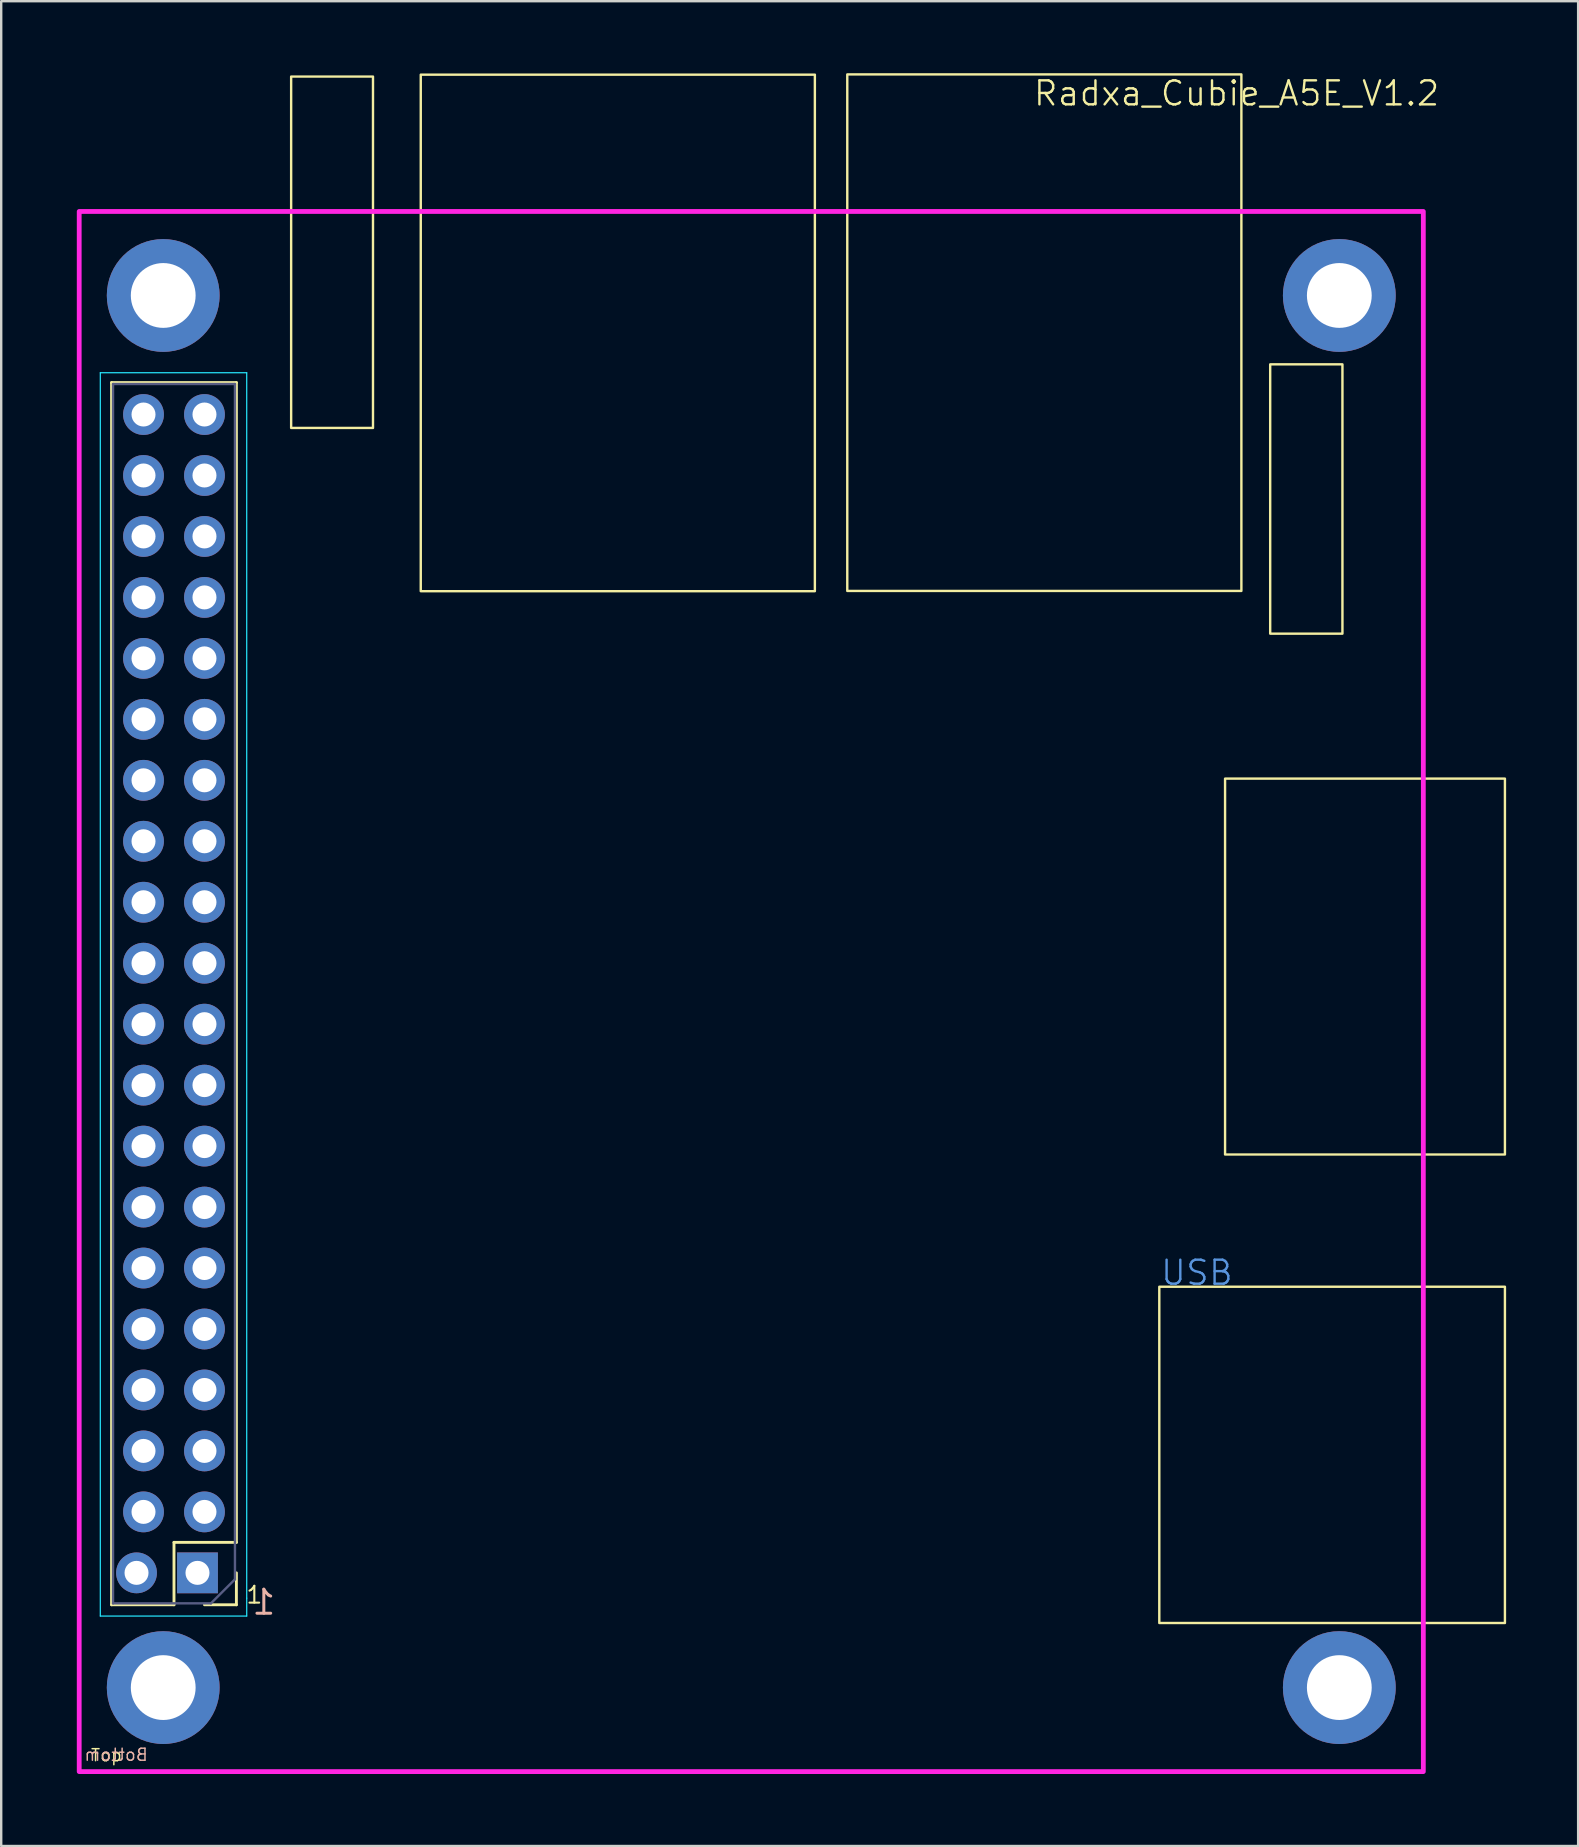
<source format=kicad_pcb>
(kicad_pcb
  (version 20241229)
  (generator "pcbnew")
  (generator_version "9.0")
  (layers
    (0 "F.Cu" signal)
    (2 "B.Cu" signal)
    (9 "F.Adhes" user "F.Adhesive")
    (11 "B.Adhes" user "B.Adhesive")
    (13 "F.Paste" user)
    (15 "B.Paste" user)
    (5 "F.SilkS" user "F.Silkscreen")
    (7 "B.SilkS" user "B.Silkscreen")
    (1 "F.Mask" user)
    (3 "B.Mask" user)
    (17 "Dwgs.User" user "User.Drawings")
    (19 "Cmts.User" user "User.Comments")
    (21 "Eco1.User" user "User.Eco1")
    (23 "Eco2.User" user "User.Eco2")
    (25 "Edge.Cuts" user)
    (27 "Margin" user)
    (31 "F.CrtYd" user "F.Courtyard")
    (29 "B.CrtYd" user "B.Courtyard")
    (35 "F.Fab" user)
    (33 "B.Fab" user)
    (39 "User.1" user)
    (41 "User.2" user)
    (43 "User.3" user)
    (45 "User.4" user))
  (footprint "Radxa_Cubie_A5E_V1.2"
    (layer "F.Cu")
    (at 0.25 5.76)
    (property "Reference" "Radxa_Cubie_A5E_V1.2" (at 48.22 -4.92 0) (unlocked yes) (layer "F.SilkS") (effects (font (size 1 1) (thickness 0.1))))
    (attr through_hole)
    (fp_line (start 1.349 7.13) (end 6.549 7.13) (stroke (width 0.12) (type solid)) (layer "F.SilkS"))
    (fp_line (start 1.349 58.05) (end 1.349 7.13) (stroke (width 0.12) (type solid)) (layer "F.SilkS"))
    (fp_line (start 1.349 58.05) (end 3.949 58.05) (stroke (width 0.12) (type solid)) (layer "F.SilkS"))
    (fp_line (start 3.949 55.45) (end 6.549 55.45) (stroke (width 0.12) (type solid)) (layer "F.SilkS"))
    (fp_line (start 3.949 58.05) (end 3.949 55.45) (stroke (width 0.12) (type solid)) (layer "F.SilkS"))
    (fp_line (start 5.219 58.05) (end 6.549 58.05) (stroke (width 0.12) (type solid)) (layer "F.SilkS"))
    (fp_line (start 6.549 55.45) (end 6.549 7.13) (stroke (width 0.12) (type solid)) (layer "F.SilkS"))
    (fp_line (start 6.549 58.05) (end 6.549 56.72) (stroke (width 0.12) (type solid)) (layer "F.SilkS"))
    (fp_rect (start 0 0) (end 56 65.01) (stroke (width 0.1) (type default)) (fill no) (layer "F.SilkS"))
    (fp_rect (start 8.83 -5.62) (end 12.24 9.02) (stroke (width 0.1) (type default)) (fill no) (layer "F.SilkS"))
    (fp_rect (start 14.23 -5.7) (end 30.65 15.82) (stroke (width 0.1) (type default)) (fill no) (layer "F.SilkS"))
    (fp_rect (start 32 -5.71) (end 48.42 15.81) (stroke (width 0.1) (type default)) (fill no) (layer "F.SilkS"))
    (fp_rect (start 45 44.8) (end 59.4 58.81) (stroke (width 0.1) (type default)) (fill no) (layer "F.SilkS"))
    (fp_rect (start 47.74 23.63) (end 59.4 39.29) (stroke (width 0.1) (type default)) (fill no) (layer "F.SilkS"))
    (fp_rect (start 49.62 6.37) (end 52.63 17.59) (stroke (width 0.1) (type default)) (fill no) (layer "F.SilkS"))
    (fp_line (start 0.879 6.72) (end 0.879 58.52) (stroke (width 0.05) (type solid)) (layer "B.CrtYd"))
    (fp_line (start 0.879 58.52) (end 6.979 58.52) (stroke (width 0.05) (type solid)) (layer "B.CrtYd"))
    (fp_line (start 6.979 6.72) (end 0.879 6.72) (stroke (width 0.05) (type solid)) (layer "B.CrtYd"))
    (fp_line (start 6.979 57.775) (end 6.979 6.72) (stroke (width 0.05) (type solid)) (layer "B.CrtYd"))
    (fp_line (start 6.979 58.52) (end 6.979 57.775) (stroke (width 0.05) (type solid)) (layer "B.CrtYd"))
    (fp_rect (start 0 0) (end 56 65) (stroke (width 0.2) (type solid)) (fill no) (layer "F.CrtYd"))
    (fp_line (start 1.409 7.19) (end 1.409 57.99) (stroke (width 0.1) (type solid)) (layer "B.Fab"))
    (fp_line (start 1.409 57.99) (end 5.489 57.99) (stroke (width 0.1) (type solid)) (layer "B.Fab"))
    (fp_line (start 5.489 57.99) (end 6.489 56.99) (stroke (width 0.1) (type solid)) (layer "B.Fab"))
    (fp_line (start 6.489 7.19) (end 1.409 7.19) (stroke (width 0.1) (type solid)) (layer "B.Fab"))
    (fp_line (start 6.489 56.99) (end 6.489 7.19) (stroke (width 0.1) (type solid)) (layer "B.Fab"))
    (fp_rect (start 0 0) (end 56 65) (stroke (width 0.1) (type default)) (fill no) (layer "F.Fab"))
    (fp_text user "Top" (at 0.45 64.61 0) (unlocked yes) (layer "F.SilkS") (effects (font (size 0.5 0.5) (thickness 0.062)) (justify left bottom)))
    (fp_text user "1" (at 6.905 58.05 0) (unlocked yes) (layer "F.SilkS") (effects (font (size 0.7 0.7) (thickness 0.087)) (justify left bottom)))
    (fp_text user "1" (at 8.25 58.53 0) (unlocked yes) (layer "B.SilkS") (effects (font (size 1 1) (thickness 0.125)) (justify left bottom mirror)))
    (fp_text user "Bottom" (at 2.9 64.59 0) (unlocked yes) (layer "B.SilkS") (effects (font (size 0.5 0.5) (thickness 0.062)) (justify left bottom mirror)))
    (fp_text user "USB" (at 45 44.8 0) (unlocked yes) (layer "Cmts.User") (effects (font (size 1 1) (thickness 0.1)) (justify left bottom)))
    (fp_text user "HDMI" (at 47.74 23.63 0) (unlocked yes) (layer "Eco1.User") (effects (font (size 1 1) (thickness 0.1)) (justify left bottom)))
    (pad "1" thru_hole rect (at 4.928 56.72 180) (size 1.7 1.7) (drill 1) (layers "*.Cu" "*.Mask"))
    (pad "2" thru_hole circle (at 2.388 56.72 180) (size 1.7 1.7) (drill 1) (layers "*.Cu" "*.Mask"))
    (pad "3" thru_hole circle (at 5.219 54.18 180) (size 1.7 1.7) (drill 1) (layers "*.Cu" "*.Mask"))
    (pad "4" thru_hole circle (at 2.679 54.18 180) (size 1.7 1.7) (drill 1) (layers "*.Cu" "*.Mask"))
    (pad "5" thru_hole circle (at 5.219 51.64 180) (size 1.7 1.7) (drill 1) (layers "*.Cu" "*.Mask"))
    (pad "6" thru_hole circle (at 2.679 51.64 180) (size 1.7 1.7) (drill 1) (layers "*.Cu" "*.Mask"))
    (pad "7" thru_hole circle (at 5.219 49.1 180) (size 1.7 1.7) (drill 1) (layers "*.Cu" "*.Mask"))
    (pad "8" thru_hole circle (at 2.679 49.1 180) (size 1.7 1.7) (drill 1) (layers "*.Cu" "*.Mask"))
    (pad "9" thru_hole circle (at 5.219 46.56 180) (size 1.7 1.7) (drill 1) (layers "*.Cu" "*.Mask"))
    (pad "10" thru_hole circle (at 2.679 46.56 180) (size 1.7 1.7) (drill 1) (layers "*.Cu" "*.Mask"))
    (pad "11" thru_hole circle (at 5.219 44.02 180) (size 1.7 1.7) (drill 1) (layers "*.Cu" "*.Mask"))
    (pad "12" thru_hole circle (at 2.679 44.02 180) (size 1.7 1.7) (drill 1) (layers "*.Cu" "*.Mask"))
    (pad "13" thru_hole circle (at 5.219 41.48 180) (size 1.7 1.7) (drill 1) (layers "*.Cu" "*.Mask"))
    (pad "14" thru_hole circle (at 2.679 41.48 180) (size 1.7 1.7) (drill 1) (layers "*.Cu" "*.Mask"))
    (pad "15" thru_hole circle (at 5.219 38.94 180) (size 1.7 1.7) (drill 1) (layers "*.Cu" "*.Mask"))
    (pad "16" thru_hole circle (at 2.679 38.94 180) (size 1.7 1.7) (drill 1) (layers "*.Cu" "*.Mask"))
    (pad "17" thru_hole circle (at 5.219 36.4 180) (size 1.7 1.7) (drill 1) (layers "*.Cu" "*.Mask"))
    (pad "18" thru_hole circle (at 2.679 36.4 180) (size 1.7 1.7) (drill 1) (layers "*.Cu" "*.Mask"))
    (pad "19" thru_hole circle (at 5.219 33.86 180) (size 1.7 1.7) (drill 1) (layers "*.Cu" "*.Mask"))
    (pad "20" thru_hole circle (at 2.679 33.86 180) (size 1.7 1.7) (drill 1) (layers "*.Cu" "*.Mask"))
    (pad "21" thru_hole circle (at 5.219 31.32 180) (size 1.7 1.7) (drill 1) (layers "*.Cu" "*.Mask"))
    (pad "22" thru_hole circle (at 2.679 31.32 180) (size 1.7 1.7) (drill 1) (layers "*.Cu" "*.Mask"))
    (pad "23" thru_hole circle (at 5.219 28.78 180) (size 1.7 1.7) (drill 1) (layers "*.Cu" "*.Mask"))
    (pad "24" thru_hole circle (at 2.679 28.78 180) (size 1.7 1.7) (drill 1) (layers "*.Cu" "*.Mask"))
    (pad "25" thru_hole circle (at 5.219 26.24 180) (size 1.7 1.7) (drill 1) (layers "*.Cu" "*.Mask"))
    (pad "26" thru_hole circle (at 2.679 26.24 180) (size 1.7 1.7) (drill 1) (layers "*.Cu" "*.Mask"))
    (pad "27" thru_hole circle (at 5.219 23.7 180) (size 1.7 1.7) (drill 1) (layers "*.Cu" "*.Mask"))
    (pad "28" thru_hole circle (at 2.679 23.7 180) (size 1.7 1.7) (drill 1) (layers "*.Cu" "*.Mask"))
    (pad "29" thru_hole circle (at 5.219 21.16 180) (size 1.7 1.7) (drill 1) (layers "*.Cu" "*.Mask"))
    (pad "30" thru_hole circle (at 2.679 21.16 180) (size 1.7 1.7) (drill 1) (layers "*.Cu" "*.Mask"))
    (pad "31" thru_hole circle (at 5.219 18.62 180) (size 1.7 1.7) (drill 1) (layers "*.Cu" "*.Mask"))
    (pad "32" thru_hole circle (at 2.679 18.62 180) (size 1.7 1.7) (drill 1) (layers "*.Cu" "*.Mask"))
    (pad "33" thru_hole circle (at 5.219 16.08 180) (size 1.7 1.7) (drill 1) (layers "*.Cu" "*.Mask"))
    (pad "34" thru_hole circle (at 2.679 16.08 180) (size 1.7 1.7) (drill 1) (layers "*.Cu" "*.Mask"))
    (pad "35" thru_hole circle (at 5.219 13.54 180) (size 1.7 1.7) (drill 1) (layers "*.Cu" "*.Mask"))
    (pad "36" thru_hole circle (at 2.679 13.54 180) (size 1.7 1.7) (drill 1) (layers "*.Cu" "*.Mask"))
    (pad "37" thru_hole circle (at 5.219 11 180) (size 1.7 1.7) (drill 1) (layers "*.Cu" "*.Mask"))
    (pad "38" thru_hole circle (at 2.679 11 180) (size 1.7 1.7) (drill 1) (layers "*.Cu" "*.Mask"))
    (pad "39" thru_hole circle (at 5.219 8.46 180) (size 1.7 1.7) (drill 1) (layers "*.Cu" "*.Mask"))
    (pad "40" thru_hole circle (at 2.679 8.46 180) (size 1.7 1.7) (drill 1) (layers "*.Cu" "*.Mask"))
    (pad "TH1" thru_hole circle (at 3.5 3.5) (size 4.7 4.7) (drill 2.7) (layers "*.Cu" "F.Mask"))
    (pad "TH1" thru_hole circle (at 3.5 61.5) (size 4.7 4.7) (drill 2.7) (layers "*.Cu" "F.Mask"))
    (pad "TH1" thru_hole circle (at 52.5 3.5) (size 4.7 4.7) (drill 2.7) (layers "*.Cu" "F.Mask"))
    (pad "TH1" thru_hole circle (at 52.5 61.5) (size 4.7 4.7) (drill 2.7) (layers "*.Cu" "F.Mask")))
  (gr_rect
    (start -3 -3)
    (end 62.7 73.86)
    (stroke (width 0.1) (type default))
    (fill no)
    (layer "Edge.Cuts")))
</source>
